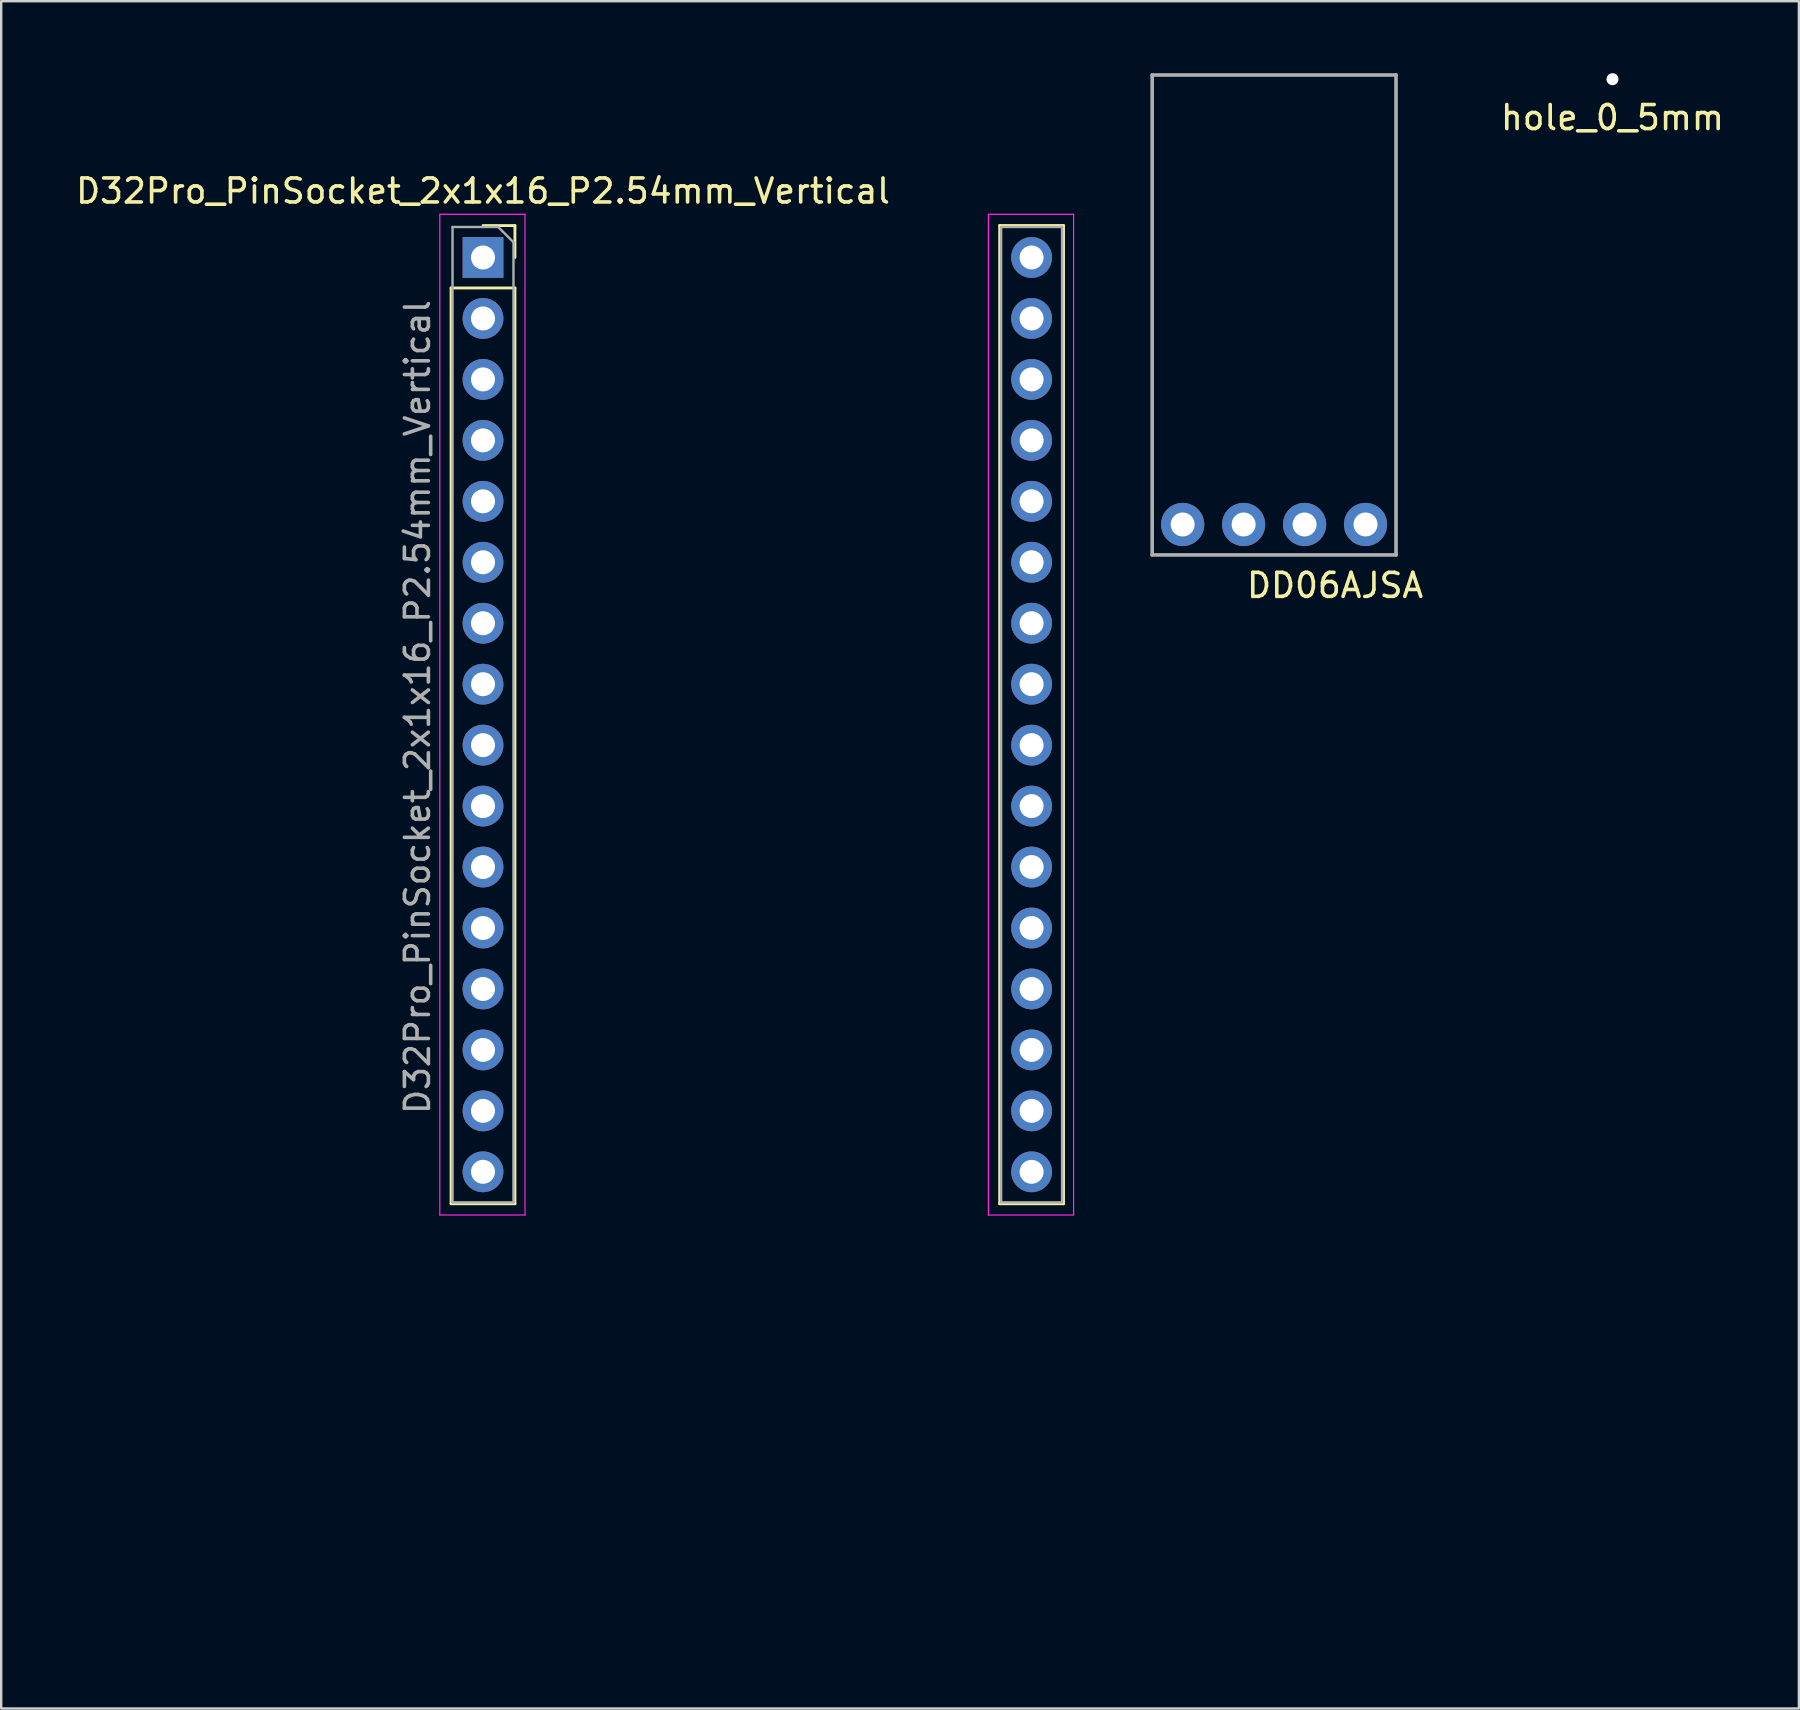
<source format=kicad_pcb>
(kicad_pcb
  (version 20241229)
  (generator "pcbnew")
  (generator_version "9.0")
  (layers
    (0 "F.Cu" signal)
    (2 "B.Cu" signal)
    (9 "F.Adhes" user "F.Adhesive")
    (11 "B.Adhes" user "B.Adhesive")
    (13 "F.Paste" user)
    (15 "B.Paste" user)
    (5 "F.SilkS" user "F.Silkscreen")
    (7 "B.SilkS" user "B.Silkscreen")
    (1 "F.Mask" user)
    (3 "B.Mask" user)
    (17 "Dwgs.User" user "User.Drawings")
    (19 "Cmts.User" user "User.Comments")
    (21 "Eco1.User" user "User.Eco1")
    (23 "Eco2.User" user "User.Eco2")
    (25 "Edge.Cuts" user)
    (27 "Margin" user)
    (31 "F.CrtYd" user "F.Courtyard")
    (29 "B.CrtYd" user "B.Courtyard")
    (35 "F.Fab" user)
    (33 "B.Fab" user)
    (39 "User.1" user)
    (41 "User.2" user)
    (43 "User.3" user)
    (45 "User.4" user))
  (footprint "D32Pro_PinSocket_2x1x16_P2.54mm_Vertical"
    (layer "F.Cu")
    (at 17.077 7.68)
    (property "Reference" "D32Pro_PinSocket_2x1x16_P2.54mm_Vertical" (at 0 -2.77 0) (layer "F.SilkS") (effects (font (size 1 1) (thickness 0.15))))
    (attr through_hole)
    (fp_line (start -1.33 1.27) (end -1.33 39.43) (stroke (width 0.12) (type solid)) (layer "F.SilkS"))
    (fp_line (start -1.33 1.27) (end 1.33 1.27) (stroke (width 0.12) (type solid)) (layer "F.SilkS"))
    (fp_line (start -1.33 39.43) (end 1.33 39.43) (stroke (width 0.12) (type solid)) (layer "F.SilkS"))
    (fp_line (start 0 -1.33) (end 1.33 -1.33) (stroke (width 0.12) (type solid)) (layer "F.SilkS"))
    (fp_line (start 1.33 -1.33) (end 1.33 0) (stroke (width 0.12) (type solid)) (layer "F.SilkS"))
    (fp_line (start 1.33 1.27) (end 1.33 39.43) (stroke (width 0.12) (type solid)) (layer "F.SilkS"))
    (fp_line (start 21.53 -1.333) (end 21.53 39.43) (stroke (width 0.12) (type solid)) (layer "F.SilkS"))
    (fp_line (start 21.53 -1.333) (end 24.19 -1.333) (stroke (width 0.12) (type solid)) (layer "F.SilkS"))
    (fp_line (start 21.53 39.43) (end 24.19 39.43) (stroke (width 0.12) (type solid)) (layer "F.SilkS"))
    (fp_line (start 24.19 -1.333) (end 24.19 39.43) (stroke (width 0.12) (type solid)) (layer "F.SilkS"))
    (fp_line (start -1.454 -7.62) (end 24.2 -7.62) (stroke (width 0.12) (type solid)) (layer "Eco2.User"))
    (fp_line (start -1.454 57.404) (end -1.454 -7.62) (stroke (width 0.12) (type solid)) (layer "Eco2.User"))
    (fp_line (start -1.454 57.404) (end 24.2 57.404) (stroke (width 0.12) (type solid)) (layer "Eco2.User"))
    (fp_line (start -1.4 46.4) (end 3.1 46.4) (stroke (width 0.12) (type solid)) (layer "Eco2.User"))
    (fp_line (start -1.4 55.8) (end 6.6 55.8) (stroke (width 0.12) (type solid)) (layer "Eco2.User"))
    (fp_line (start 3.1 40.4) (end -1.4 40.4) (stroke (width 0.12) (type solid)) (layer "Eco2.User"))
    (fp_line (start 3.1 46.4) (end 3.1 40.4) (stroke (width 0.12) (type solid)) (layer "Eco2.User"))
    (fp_line (start 6.6 47.9) (end -1.4 47.9) (stroke (width 0.12) (type solid)) (layer "Eco2.User"))
    (fp_line (start 6.6 55.8) (end 6.6 47.9) (stroke (width 0.12) (type solid)) (layer "Eco2.User"))
    (fp_line (start 8.6 52.1) (end 15.5 52.1) (stroke (width 0.12) (type solid)) (layer "Eco2.User"))
    (fp_line (start 8.6 57.4) (end 8.6 52.1) (stroke (width 0.12) (type solid)) (layer "Eco2.User"))
    (fp_line (start 15.5 52.1) (end 15.5 57.4) (stroke (width 0.12) (type solid)) (layer "Eco2.User"))
    (fp_line (start 19.1 56.9) (end 19.1 53.9) (stroke (width 0.12) (type solid)) (layer "Eco2.User"))
    (fp_line (start 19.2 40.4) (end 24.2 40.4) (stroke (width 0.12) (type solid)) (layer "Eco2.User"))
    (fp_line (start 19.2 51.4) (end 19.2 40.4) (stroke (width 0.12) (type solid)) (layer "Eco2.User"))
    (fp_line (start 19.2 53.9) (end 23.2 53.9) (stroke (width 0.12) (type solid)) (layer "Eco2.User"))
    (fp_line (start 23.1 56.9) (end 19.1 56.9) (stroke (width 0.12) (type solid)) (layer "Eco2.User"))
    (fp_line (start 23.2 53.9) (end 23.2 56.9) (stroke (width 0.12) (type solid)) (layer "Eco2.User"))
    (fp_line (start 24.2 51.4) (end 19.2 51.4) (stroke (width 0.12) (type solid)) (layer "Eco2.User"))
    (fp_line (start 24.2 57.404) (end 24.2 -7.62) (stroke (width 0.12) (type solid)) (layer "Eco2.User"))
    (fp_circle (center 21.2 55.4) (end 21.9 54.6) (stroke (width 0.12) (type solid)) (fill no) (layer "Eco2.User"))
    (fp_line (start -1.8 -1.8) (end 1.75 -1.8) (stroke (width 0.05) (type solid)) (layer "F.CrtYd"))
    (fp_line (start -1.8 39.9) (end -1.8 -1.8) (stroke (width 0.05) (type solid)) (layer "F.CrtYd"))
    (fp_line (start 1.75 -1.8) (end 1.75 39.9) (stroke (width 0.05) (type solid)) (layer "F.CrtYd"))
    (fp_line (start 1.75 39.9) (end -1.8 39.9) (stroke (width 0.05) (type solid)) (layer "F.CrtYd"))
    (fp_line (start 21.06 -1.8) (end 24.61 -1.8) (stroke (width 0.05) (type solid)) (layer "F.CrtYd"))
    (fp_line (start 21.06 39.9) (end 21.06 -1.8) (stroke (width 0.05) (type solid)) (layer "F.CrtYd"))
    (fp_line (start 24.61 -1.8) (end 24.61 39.9) (stroke (width 0.05) (type solid)) (layer "F.CrtYd"))
    (fp_line (start 24.61 39.9) (end 21.06 39.9) (stroke (width 0.05) (type solid)) (layer "F.CrtYd"))
    (fp_line (start -1.27 -1.27) (end 0.635 -1.27) (stroke (width 0.1) (type solid)) (layer "F.Fab"))
    (fp_line (start -1.27 39.37) (end -1.27 -1.27) (stroke (width 0.1) (type solid)) (layer "F.Fab"))
    (fp_line (start 0.635 -1.27) (end 1.27 -0.635) (stroke (width 0.1) (type solid)) (layer "F.Fab"))
    (fp_line (start 1.27 -0.635) (end 1.27 39.37) (stroke (width 0.1) (type solid)) (layer "F.Fab"))
    (fp_line (start 1.27 39.37) (end -1.27 39.37) (stroke (width 0.1) (type solid)) (layer "F.Fab"))
    (fp_line (start 21.59 -1.27) (end 24.13 -1.27) (stroke (width 0.1) (type solid)) (layer "F.Fab"))
    (fp_line (start 21.59 39.37) (end 21.59 -1.27) (stroke (width 0.1) (type solid)) (layer "F.Fab"))
    (fp_line (start 24.13 -1.27) (end 24.13 39.37) (stroke (width 0.1) (type solid)) (layer "F.Fab"))
    (fp_line (start 24.13 39.37) (end 21.59 39.37) (stroke (width 0.1) (type solid)) (layer "F.Fab"))
    (fp_text user "i2c" (at 0.9 43.2 0) (layer "Eco2.User") (effects (font (size 1 1) (thickness 0.15))))
    (fp_text user "bat." (at 2.6 51.8 180) (layer "Eco2.User") (effects (font (size 1 1) (thickness 0.15))))
    (fp_text user "µ usb" (at 12.1 54.4 0) (layer "Eco2.User") (effects (font (size 1 1) (thickness 0.15))))
    (fp_text user "µ sd" (at 21.7 45.5 0) (layer "Eco2.User") (effects (font (size 1 1) (thickness 0.15))))
    (fp_text user "${REFERENCE}" (at -2.731 18.733 90) (layer "F.Fab") (effects (font (size 1 1) (thickness 0.15))))
    (pad "1" thru_hole rect (at 0 0) (size 1.7 1.7) (drill 1) (layers "*.Cu" "*.Mask"))
    (pad "2" thru_hole oval (at 0 2.54) (size 1.7 1.7) (drill 1) (layers "*.Cu" "*.Mask"))
    (pad "3" thru_hole oval (at 0 5.08) (size 1.7 1.7) (drill 1) (layers "*.Cu" "*.Mask"))
    (pad "4" thru_hole oval (at 0 7.62) (size 1.7 1.7) (drill 1) (layers "*.Cu" "*.Mask"))
    (pad "5" thru_hole oval (at 0 10.16) (size 1.7 1.7) (drill 1) (layers "*.Cu" "*.Mask"))
    (pad "6" thru_hole oval (at 0 12.7) (size 1.7 1.7) (drill 1) (layers "*.Cu" "*.Mask"))
    (pad "7" thru_hole oval (at 0 15.24) (size 1.7 1.7) (drill 1) (layers "*.Cu" "*.Mask"))
    (pad "8" thru_hole oval (at 0 17.78) (size 1.7 1.7) (drill 1) (layers "*.Cu" "*.Mask"))
    (pad "9" thru_hole oval (at 0 20.32) (size 1.7 1.7) (drill 1) (layers "*.Cu" "*.Mask"))
    (pad "10" thru_hole oval (at 0 22.86) (size 1.7 1.7) (drill 1) (layers "*.Cu" "*.Mask"))
    (pad "11" thru_hole oval (at 0 25.4) (size 1.7 1.7) (drill 1) (layers "*.Cu" "*.Mask"))
    (pad "12" thru_hole oval (at 0 27.94) (size 1.7 1.7) (drill 1) (layers "*.Cu" "*.Mask"))
    (pad "13" thru_hole oval (at 0 30.48) (size 1.7 1.7) (drill 1) (layers "*.Cu" "*.Mask"))
    (pad "14" thru_hole oval (at 0 33.02) (size 1.7 1.7) (drill 1) (layers "*.Cu" "*.Mask"))
    (pad "15" thru_hole oval (at 0 35.56) (size 1.7 1.7) (drill 1) (layers "*.Cu" "*.Mask"))
    (pad "16" thru_hole oval (at 0 38.1) (size 1.7 1.7) (drill 1) (layers "*.Cu" "*.Mask"))
    (pad "17" thru_hole oval (at 22.86 38.1) (size 1.7 1.7) (drill 1) (layers "*.Cu" "*.Mask"))
    (pad "18" thru_hole oval (at 22.86 35.56) (size 1.7 1.7) (drill 1) (layers "*.Cu" "*.Mask"))
    (pad "19" thru_hole oval (at 22.86 33.02) (size 1.7 1.7) (drill 1) (layers "*.Cu" "*.Mask"))
    (pad "20" thru_hole oval (at 22.86 30.48) (size 1.7 1.7) (drill 1) (layers "*.Cu" "*.Mask"))
    (pad "21" thru_hole oval (at 22.86 27.94) (size 1.7 1.7) (drill 1) (layers "*.Cu" "*.Mask"))
    (pad "22" thru_hole oval (at 22.86 25.4) (size 1.7 1.7) (drill 1) (layers "*.Cu" "*.Mask"))
    (pad "23" thru_hole oval (at 22.86 22.86) (size 1.7 1.7) (drill 1) (layers "*.Cu" "*.Mask"))
    (pad "24" thru_hole oval (at 22.86 20.32) (size 1.7 1.7) (drill 1) (layers "*.Cu" "*.Mask"))
    (pad "25" thru_hole oval (at 22.86 17.78) (size 1.7 1.7) (drill 1) (layers "*.Cu" "*.Mask"))
    (pad "26" thru_hole oval (at 22.86 15.24) (size 1.7 1.7) (drill 1) (layers "*.Cu" "*.Mask"))
    (pad "27" thru_hole oval (at 22.86 12.7) (size 1.7 1.7) (drill 1) (layers "*.Cu" "*.Mask"))
    (pad "28" thru_hole oval (at 22.86 10.16) (size 1.7 1.7) (drill 1) (layers "*.Cu" "*.Mask"))
    (pad "29" thru_hole oval (at 22.86 7.62) (size 1.7 1.7) (drill 1) (layers "*.Cu" "*.Mask"))
    (pad "30" thru_hole oval (at 22.86 5.08) (size 1.7 1.7) (drill 1) (layers "*.Cu" "*.Mask"))
    (pad "31" thru_hole oval (at 22.86 2.54) (size 1.7 1.7) (drill 1) (layers "*.Cu" "*.Mask"))
    (pad "32" thru_hole circle (at 22.86 0) (size 1.7 1.7) (drill 1) (layers "*.Cu" "*.Mask")))
  (footprint "DD06AJSA"
    (layer "F.Cu")
    (at 44.962 20.075)
    (property "Reference" "DD06AJSA" (at 7.62 1.27 0) (layer "F.SilkS") (effects (font (size 1 1) (thickness 0.15))))
    (attr through_hole)
    (fp_line (start 0 -20) (end 10.16 -20) (stroke (width 0.15) (type solid)) (layer "F.Fab"))
    (fp_line (start 0 0) (end 0 -20) (stroke (width 0.15) (type solid)) (layer "F.Fab"))
    (fp_line (start 0 0) (end 10.16 0) (stroke (width 0.15) (type solid)) (layer "F.Fab"))
    (fp_line (start 10.16 0) (end 10.16 -20) (stroke (width 0.15) (type solid)) (layer "F.Fab"))
    (pad "1" thru_hole circle (at 1.27 -1.27) (size 1.8 1.8) (drill 1) (layers "*.Cu" "*.Mask"))
    (pad "2" thru_hole circle (at 3.81 -1.27) (size 1.8 1.8) (drill 1) (layers "*.Cu" "*.Mask"))
    (pad "3" thru_hole circle (at 6.35 -1.27) (size 1.8 1.8) (drill 1) (layers "*.Cu" "*.Mask"))
    (pad "4" thru_hole circle (at 8.89 -1.27) (size 1.8 1.8) (drill 1) (layers "*.Cu" "*.Mask")))
  (footprint "hole_0_5mm"
    (layer "F.Cu")
    (at 64.142 0.25)
    (property "Reference" "hole_0_5mm" (at 0 1.6 0) (layer "F.SilkS") (effects (font (size 1 1) (thickness 0.15))))
    (attr through_hole)
    (pad "" np_thru_hole circle (at 0 0) (size 0.5 0.5) (drill 0.5) (layers "*.Cu" "*.Mask")))
  (gr_rect
    (start -3 -3)
    (end 71.91 68.144)
    (stroke (width 0.1) (type default))
    (fill no)
    (layer "Edge.Cuts")))
</source>
